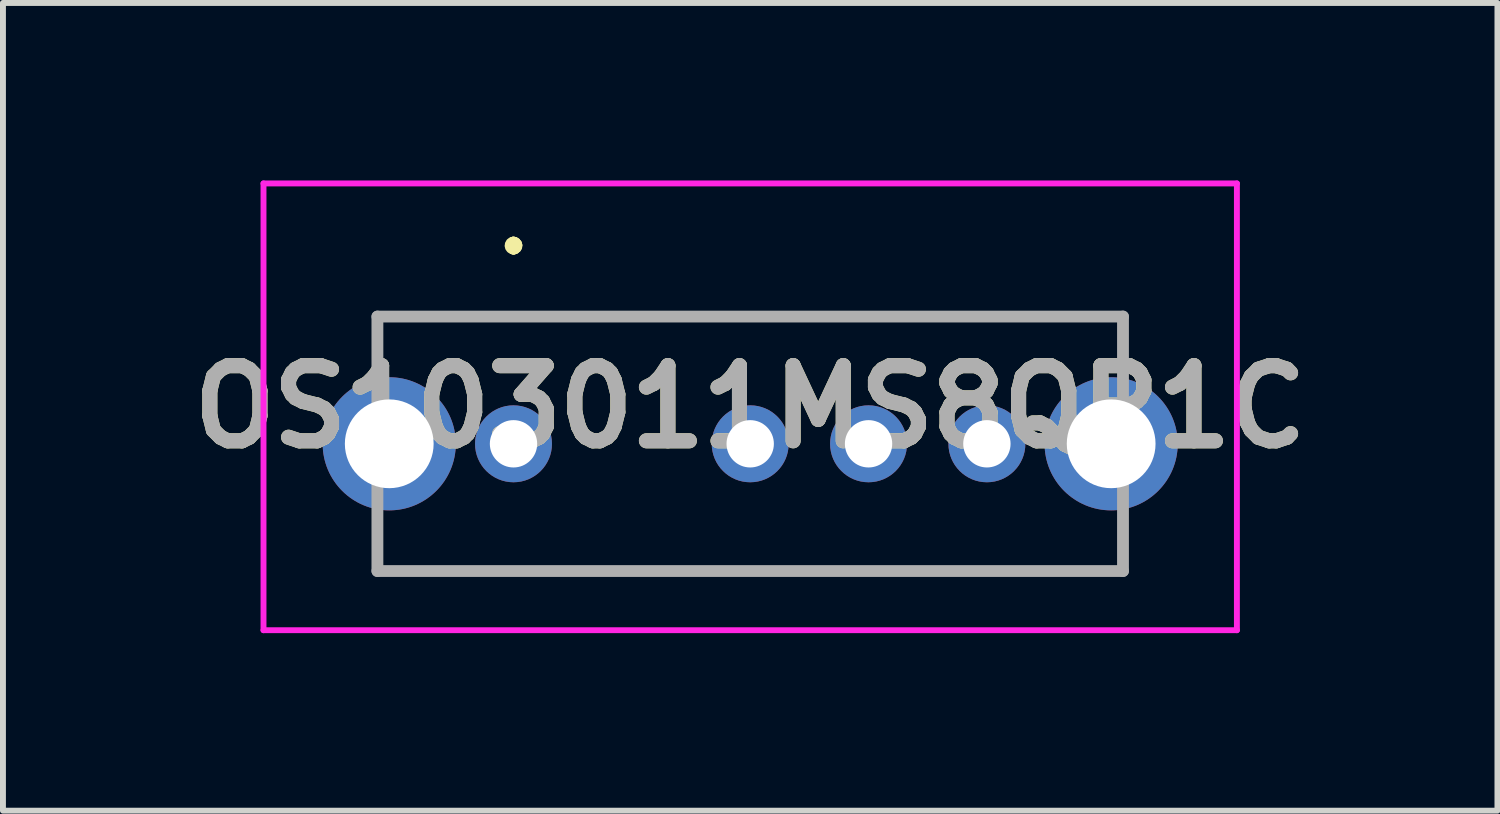
<source format=kicad_pcb>
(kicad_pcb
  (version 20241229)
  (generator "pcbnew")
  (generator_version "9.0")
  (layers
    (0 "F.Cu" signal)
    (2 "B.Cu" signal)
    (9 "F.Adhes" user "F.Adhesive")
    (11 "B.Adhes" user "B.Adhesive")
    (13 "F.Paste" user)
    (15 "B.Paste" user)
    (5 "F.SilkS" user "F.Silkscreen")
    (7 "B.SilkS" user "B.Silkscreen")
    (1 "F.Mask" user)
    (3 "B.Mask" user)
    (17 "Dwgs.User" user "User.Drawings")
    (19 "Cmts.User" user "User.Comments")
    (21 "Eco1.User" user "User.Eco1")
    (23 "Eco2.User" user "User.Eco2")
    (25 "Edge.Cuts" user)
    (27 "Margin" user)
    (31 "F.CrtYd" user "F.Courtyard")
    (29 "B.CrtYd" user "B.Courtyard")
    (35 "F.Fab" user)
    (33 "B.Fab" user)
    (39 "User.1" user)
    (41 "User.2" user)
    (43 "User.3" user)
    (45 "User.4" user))
  (footprint "OS103011MS8QP1C"
    (layer "F.Cu")
    (at 5.628 4.45)
    (property "Reference" "OS103011MS8QP1C" (at 4 -0.625 0) (layer "F.SilkS") (effects (font (size 1.27 1.27) (thickness 0.254))))
    (attr through_hole)
    (fp_line (start -2.3 -2.15) (end -2.3 -2.15) (stroke (width 0.1) (type solid)) (layer "F.SilkS"))
    (fp_line (start -2.3 -2.15) (end -2.3 -2.15) (stroke (width 0.1) (type solid)) (layer "F.SilkS"))
    (fp_line (start -2.3 -2.15) (end -2.3 -1.75) (stroke (width 0.1) (type solid)) (layer "F.SilkS"))
    (fp_line (start -2.3 -2.15) (end 10.3 -2.15) (stroke (width 0.1) (type solid)) (layer "F.SilkS"))
    (fp_line (start -2.3 -1.75) (end -2.3 -2.15) (stroke (width 0.1) (type solid)) (layer "F.SilkS"))
    (fp_line (start -2.3 -1.75) (end -2.3 -1.75) (stroke (width 0.1) (type solid)) (layer "F.SilkS"))
    (fp_line (start -2.3 1.75) (end -2.3 1.75) (stroke (width 0.1) (type solid)) (layer "F.SilkS"))
    (fp_line (start -2.3 1.75) (end -2.3 2.15) (stroke (width 0.1) (type solid)) (layer "F.SilkS"))
    (fp_line (start -2.3 2.15) (end -2.3 1.75) (stroke (width 0.1) (type solid)) (layer "F.SilkS"))
    (fp_line (start -2.3 2.15) (end -2.3 2.15) (stroke (width 0.1) (type solid)) (layer "F.SilkS"))
    (fp_line (start -2.3 2.15) (end -2.3 2.15) (stroke (width 0.1) (type solid)) (layer "F.SilkS"))
    (fp_line (start -2.3 2.15) (end 10.25 2.15) (stroke (width 0.1) (type solid)) (layer "F.SilkS"))
    (fp_line (start 0 -3.4) (end 0 -3.4) (stroke (width 0.2) (type solid)) (layer "F.SilkS"))
    (fp_line (start 0 -3.3) (end 0 -3.3) (stroke (width 0.2) (type solid)) (layer "F.SilkS"))
    (fp_line (start 0 -3.3) (end 0 -3.3) (stroke (width 0.2) (type solid)) (layer "F.SilkS"))
    (fp_line (start 10.25 2.15) (end -2.3 2.15) (stroke (width 0.1) (type solid)) (layer "F.SilkS"))
    (fp_line (start 10.25 2.15) (end 10.25 2.15) (stroke (width 0.1) (type solid)) (layer "F.SilkS"))
    (fp_line (start 10.3 -2.15) (end -2.3 -2.15) (stroke (width 0.1) (type solid)) (layer "F.SilkS"))
    (fp_line (start 10.3 -2.15) (end 10.3 -2.15) (stroke (width 0.1) (type solid)) (layer "F.SilkS"))
    (fp_line (start 10.3 -2.15) (end 10.3 -2.15) (stroke (width 0.1) (type solid)) (layer "F.SilkS"))
    (fp_line (start 10.3 -2.15) (end 10.3 -1.75) (stroke (width 0.1) (type solid)) (layer "F.SilkS"))
    (fp_line (start 10.3 -1.75) (end 10.3 -2.15) (stroke (width 0.1) (type solid)) (layer "F.SilkS"))
    (fp_line (start 10.3 -1.75) (end 10.3 -1.75) (stroke (width 0.1) (type solid)) (layer "F.SilkS"))
    (fp_line (start 10.3 1.5) (end 10.3 1.5) (stroke (width 0.1) (type solid)) (layer "F.SilkS"))
    (fp_line (start 10.3 1.5) (end 10.3 2.15) (stroke (width 0.1) (type solid)) (layer "F.SilkS"))
    (fp_line (start 10.3 2.15) (end 10.3 1.5) (stroke (width 0.1) (type solid)) (layer "F.SilkS"))
    (fp_line (start 10.3 2.15) (end 10.3 2.15) (stroke (width 0.1) (type solid)) (layer "F.SilkS"))
    (fp_arc (start 0 -3.4) (mid 0.05 -3.35) (end 0 -3.3) (stroke (width 0.2) (type solid)) (layer "F.SilkS"))
    (fp_arc (start 0 -3.4) (mid 0.05 -3.35) (end 0 -3.3) (stroke (width 0.2) (type solid)) (layer "F.SilkS"))
    (fp_arc (start 0 -3.3) (mid -0.05 -3.35) (end 0 -3.4) (stroke (width 0.2) (type solid)) (layer "F.SilkS"))
    (fp_line (start -4.225 -4.4) (end 12.225 -4.4) (stroke (width 0.1) (type solid)) (layer "F.CrtYd"))
    (fp_line (start -4.225 3.15) (end -4.225 -4.4) (stroke (width 0.1) (type solid)) (layer "F.CrtYd"))
    (fp_line (start 12.225 -4.4) (end 12.225 3.15) (stroke (width 0.1) (type solid)) (layer "F.CrtYd"))
    (fp_line (start 12.225 3.15) (end -4.225 3.15) (stroke (width 0.1) (type solid)) (layer "F.CrtYd"))
    (fp_line (start -2.3 -2.15) (end -2.3 2.15) (stroke (width 0.2) (type solid)) (layer "F.Fab"))
    (fp_line (start -2.3 2.15) (end 10.3 2.15) (stroke (width 0.2) (type solid)) (layer "F.Fab"))
    (fp_line (start 10.3 -2.15) (end -2.3 -2.15) (stroke (width 0.2) (type solid)) (layer "F.Fab"))
    (fp_line (start 10.3 2.15) (end 10.3 -2.15) (stroke (width 0.2) (type solid)) (layer "F.Fab"))
    (fp_text user "${REFERENCE}" (at 4 -0.625 0) (layer "F.Fab") (effects (font (size 1.27 1.27) (thickness 0.254))))
    (pad "1" thru_hole circle (at 0 0) (size 1.3 1.3) (drill 0.8) (layers "*.Cu" "*.Mask"))
    (pad "2" thru_hole circle (at 4 0) (size 1.3 1.3) (drill 0.8) (layers "*.Cu" "*.Mask"))
    (pad "3" thru_hole circle (at 6 0) (size 1.3 1.3) (drill 0.8) (layers "*.Cu" "*.Mask"))
    (pad "4" thru_hole circle (at 8 0) (size 1.3 1.3) (drill 0.8) (layers "*.Cu" "*.Mask"))
    (pad "MH1" thru_hole circle (at -2.1 0) (size 2.25 2.25) (drill 1.5) (layers "*.Cu" "*.Mask"))
    (pad "MH2" thru_hole circle (at 10.1 0) (size 2.25 2.25) (drill 1.5) (layers "*.Cu" "*.Mask")))
  (gr_rect
    (start -3 -3)
    (end 22.256 10.65)
    (stroke (width 0.1) (type default))
    (fill no)
    (layer "Edge.Cuts")))
</source>
